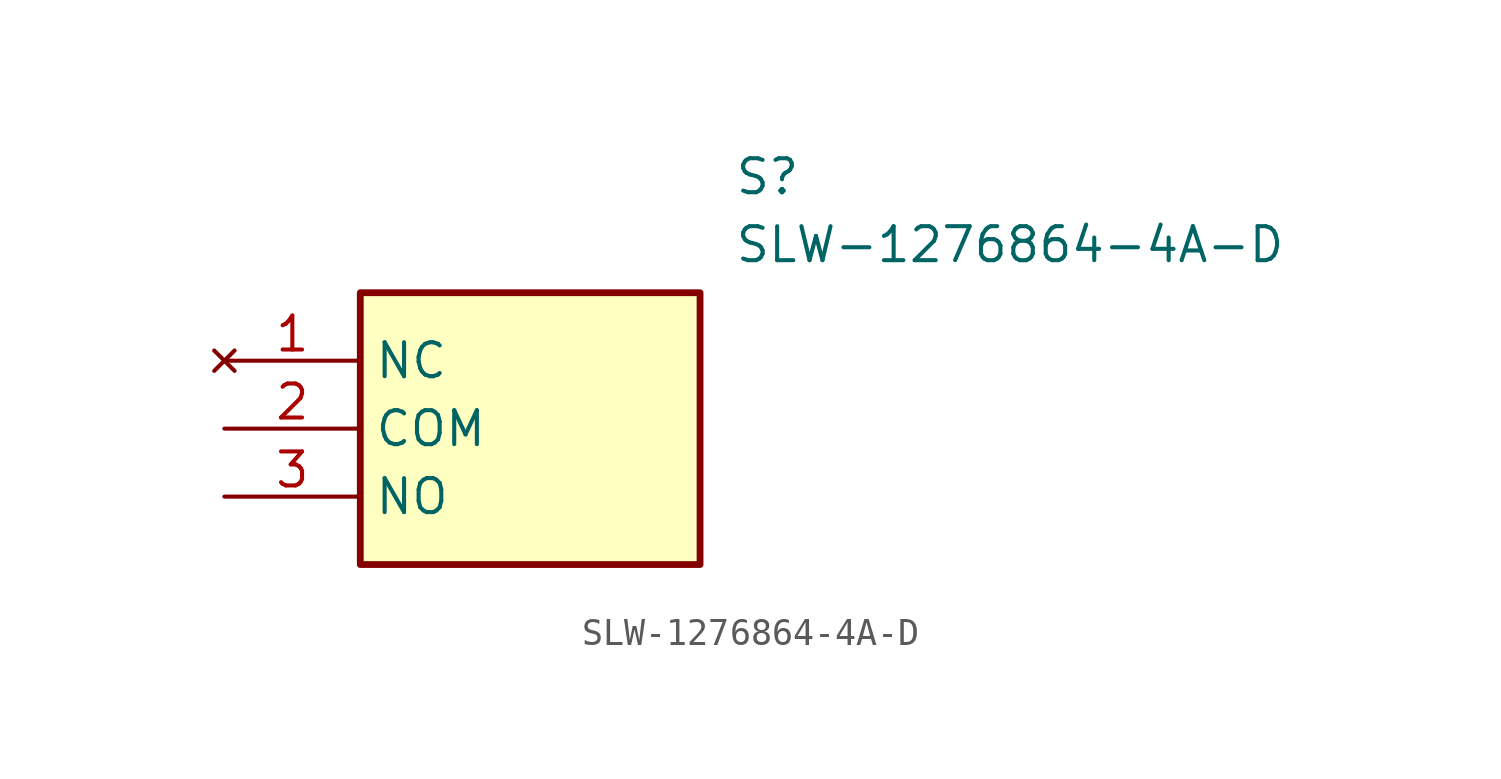
<source format=kicad_sym>
(kicad_symbol_lib
  (version 20211014)
  (generator SamacSys_ECAD_Model)
  (symbol "SLW-1276864-4A-D"
    (property "Reference" "S"
      (at 19.05 7.62 0)
      (effects (font (size 1.27 1.27)) (justify left top)))
    (property "Value" "SLW-1276864-4A-D"
      (at 19.05 5.08 0)
      (effects (font (size 1.27 1.27)) (justify left top)))
    (rectangle
      (start 5.08 2.54)
      (end 17.78 -7.62)
      (stroke (width 0.254) (type default))
      (fill (type background)))
    (pin no_connect line
      (at 0 0 0)
      (length 5.08)
      (name "NC" (effects (font (size 1.27 1.27))))
      (number "1" (effects (font (size 1.27 1.27)))))
    (pin passive line
      (at 0 -2.54 0)
      (length 5.08)
      (name "COM" (effects (font (size 1.27 1.27))))
      (number "2" (effects (font (size 1.27 1.27)))))
    (pin passive line
      (at 0 -5.08 0)
      (length 5.08)
      (name "NO" (effects (font (size 1.27 1.27))))
      (number "3" (effects (font (size 1.27 1.27)))))))
</source>
